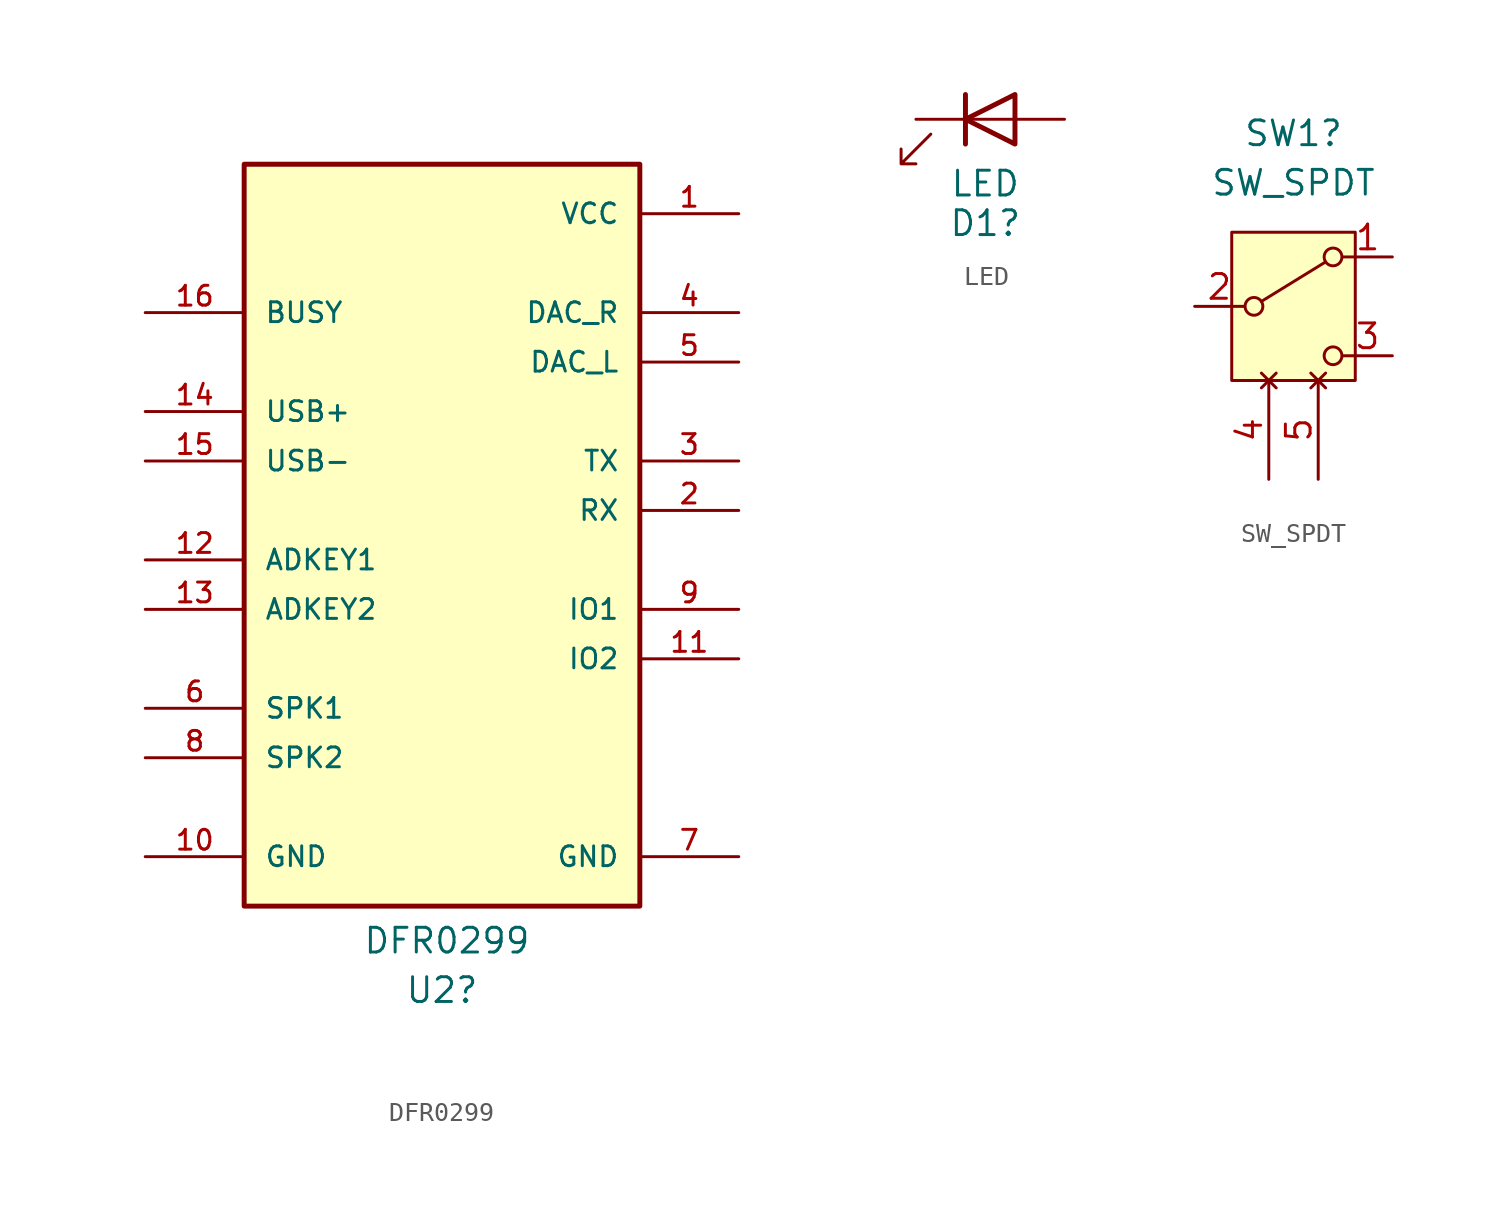
<source format=kicad_sym>
(kicad_symbol_lib
  (version 20231120)
  (generator "kicad_symbol_editor")
  (generator_version "8.0")
  (symbol "DFR0299"
    (pin_names
      (offset 1.016))
    (property "Reference" "U2"
      (at 0 -24.638 0)
      (effects (font (size 1.27 1.27))))
    (property "Value" "DFR0299"
      (at 0.254 -22.098 0)
      (effects (font (size 1.27 1.27))))
    (symbol "DFR0299_0_0"
      (rectangle (start -10.16 17.78) (end 10.16 -20.32) (stroke (width 0.254) (type default)) (fill (type background)))
      (pin power_in line (at 15.24 15.24 180) (length 5.08) (name "VCC" (effects (font (size 1.016 1.016)))) (number "1" (effects (font (size 1.016 1.016)))))
      (pin power_in line (at -15.24 -17.78 0) (length 5.08) (name "GND" (effects (font (size 1.016 1.016)))) (number "10" (effects (font (size 1.016 1.016)))))
      (pin bidirectional line (at 15.24 -7.62 180) (length 5.08) (name "IO2" (effects (font (size 1.016 1.016)))) (number "11" (effects (font (size 1.016 1.016)))))
      (pin input line (at -15.24 -2.54 0) (length 5.08) (name "ADKEY1" (effects (font (size 1.016 1.016)))) (number "12" (effects (font (size 1.016 1.016)))))
      (pin input line (at -15.24 -5.08 0) (length 5.08) (name "ADKEY2" (effects (font (size 1.016 1.016)))) (number "13" (effects (font (size 1.016 1.016)))))
      (pin input line (at -15.24 5.08 0) (length 5.08) (name "USB+" (effects (font (size 1.016 1.016)))) (number "14" (effects (font (size 1.016 1.016)))))
      (pin input line (at -15.24 2.54 0) (length 5.08) (name "USB-" (effects (font (size 1.016 1.016)))) (number "15" (effects (font (size 1.016 1.016)))))
      (pin input line (at -15.24 10.16 0) (length 5.08) (name "BUSY" (effects (font (size 1.016 1.016)))) (number "16" (effects (font (size 1.016 1.016)))))
      (pin input line (at 15.24 0 180) (length 5.08) (name "RX" (effects (font (size 1.016 1.016)))) (number "2" (effects (font (size 1.016 1.016)))))
      (pin output line (at 15.24 2.54 180) (length 5.08) (name "TX" (effects (font (size 1.016 1.016)))) (number "3" (effects (font (size 1.016 1.016)))))
      (pin output line (at 15.24 10.16 180) (length 5.08) (name "DAC_R" (effects (font (size 1.016 1.016)))) (number "4" (effects (font (size 1.016 1.016)))))
      (pin output line (at 15.24 7.62 180) (length 5.08) (name "DAC_L" (effects (font (size 1.016 1.016)))) (number "5" (effects (font (size 1.016 1.016)))))
      (pin passive line (at -15.24 -10.16 0) (length 5.08) (name "SPK1" (effects (font (size 1.016 1.016)))) (number "6" (effects (font (size 1.016 1.016)))))
      (pin power_in line (at 15.24 -17.78 180) (length 5.08) (name "GND" (effects (font (size 1.016 1.016)))) (number "7" (effects (font (size 1.016 1.016)))))
      (pin passive line (at -15.24 -12.7 0) (length 5.08) (name "SPK2" (effects (font (size 1.016 1.016)))) (number "8" (effects (font (size 1.016 1.016)))))
      (pin bidirectional line (at 15.24 -5.08 180) (length 5.08) (name "IO1" (effects (font (size 1.016 1.016)))) (number "9" (effects (font (size 1.016 1.016)))))))
  (symbol "LED"
    (pin_numbers hide)
    (pin_names
      (offset 1.016) hide)
    (property "Reference" "D1"
      (at -0.254 -5.334 0)
      (effects (font (size 1.27 1.27))))
    (property "Value" "LED"
      (at -0.254 -3.302 0)
      (effects (font (size 1.27 1.27))))
    (symbol "LED_0_1"
      (polyline (pts (xy -1.27 -1.27) (xy -1.27 1.27)) (stroke (width 0.254) (type default)) (fill (type none)))
      (polyline (pts (xy -1.27 0) (xy 1.27 0)) (stroke (width 0) (type default)) (fill (type none)))
      (polyline (pts (xy 1.27 -1.27) (xy 1.27 1.27) (xy -1.27 0) (xy 1.27 -1.27)) (stroke (width 0.254) (type default)) (fill (type none)))
      (polyline (pts (xy -3.048 -0.762) (xy -4.572 -2.286) (xy -3.81 -2.286) (xy -4.572 -2.286) (xy -4.572 -1.524)) (stroke (width 0) (type default)) (fill (type none))))
    (symbol "LED_1_1"
      (pin passive line (at -3.81 0 0) (length 2.54) (name "K" (effects (font (size 1.27 1.27)))) (number "1" (effects (font (size 1.27 1.27)))))
      (pin passive line (at 3.81 0 180) (length 2.54) (name "A" (effects (font (size 1.27 1.27)))) (number "2" (effects (font (size 1.27 1.27)))))))
  (symbol "SW_SPDT"
    (pin_names
      (offset 0) hide)
    (property "Reference" "SW1"
      (at 0 8.89 0)
      (effects (font (size 1.27 1.27))))
    (property "Value" "SW_SPDT"
      (at 0 6.35 0)
      (effects (font (size 1.27 1.27))))
    (symbol "SW_SPDT_0_1"
      (circle (center -2.032 0) (radius 0.457) (stroke (width 0) (type default)) (fill (type none)))
      (polyline (pts (xy -1.651 0.254) (xy 1.651 2.286)) (stroke (width 0) (type default)) (fill (type none)))
      (circle (center 2.032 -2.54) (radius 0.457) (stroke (width 0) (type default)) (fill (type none)))
      (circle (center 2.032 2.54) (radius 0.457) (stroke (width 0) (type default)) (fill (type none))))
    (symbol "SW_SPDT_1_1"
      (rectangle (start -3.175 3.81) (end 3.175 -3.81) (stroke (width 0) (type default)) (fill (type background)))
      (pin passive line (at 5.08 2.54 180) (length 2.54) (name "A" (effects (font (size 1.27 1.27)))) (number "1" (effects (font (size 1.27 1.27)))))
      (pin passive line (at -5.08 0 0) (length 2.54) (name "B" (effects (font (size 1.27 1.27)))) (number "2" (effects (font (size 1.27 1.27)))))
      (pin passive line (at 5.08 -2.54 180) (length 2.54) (name "C" (effects (font (size 1.27 1.27)))) (number "3" (effects (font (size 1.27 1.27)))))
      (pin no_connect line (at -1.27 -3.81 270) (length 5.08) (name "" (effects (font (size 1.27 1.27)))) (number "4" (effects (font (size 1.27 1.27)))))
      (pin no_connect line (at 1.27 -3.81 270) (length 5.08) (name "" (effects (font (size 1.27 1.27)))) (number "5" (effects (font (size 1.27 1.27))))))))
</source>
